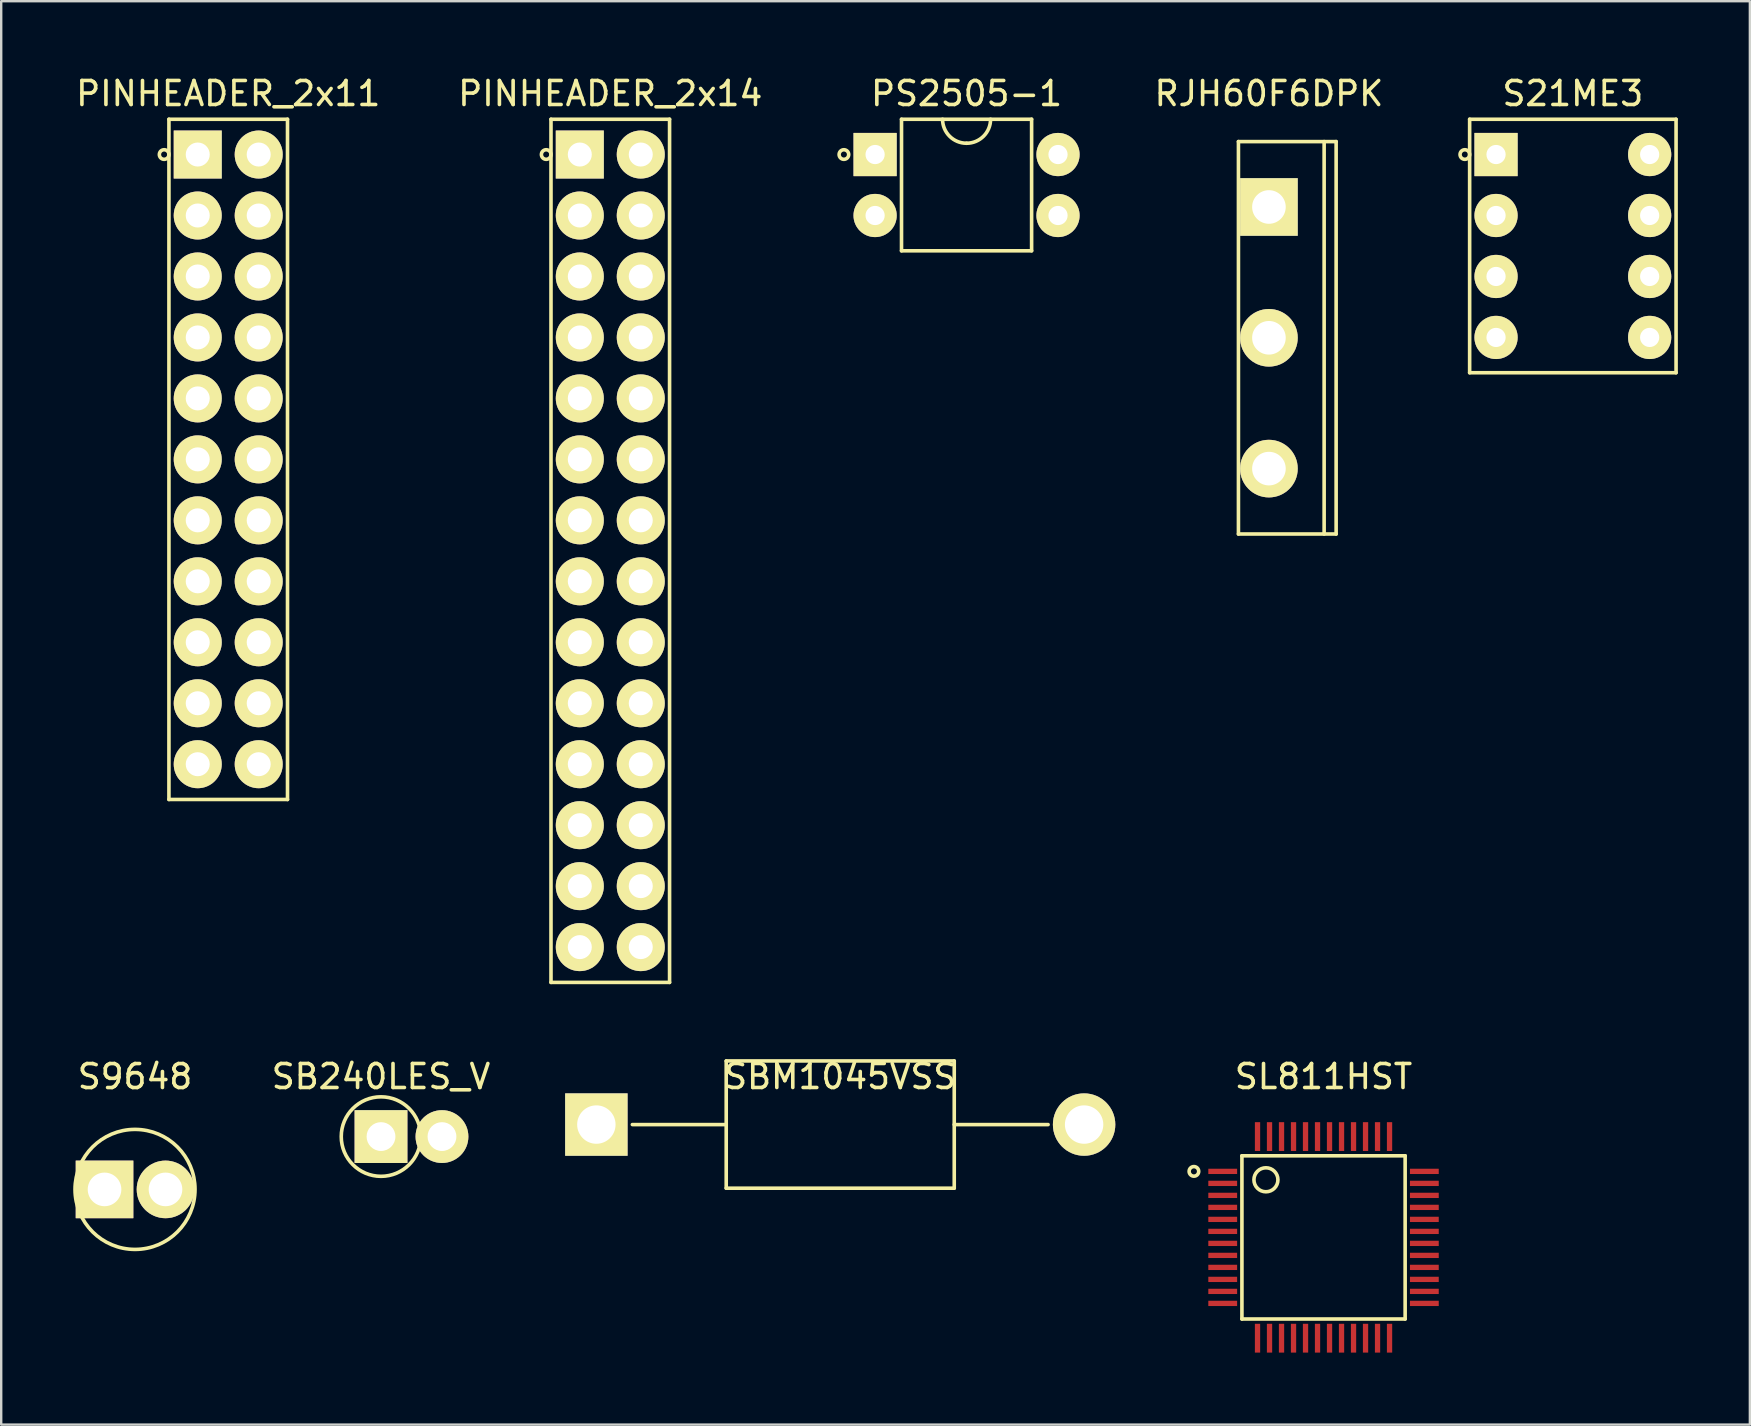
<source format=kicad_pcb>
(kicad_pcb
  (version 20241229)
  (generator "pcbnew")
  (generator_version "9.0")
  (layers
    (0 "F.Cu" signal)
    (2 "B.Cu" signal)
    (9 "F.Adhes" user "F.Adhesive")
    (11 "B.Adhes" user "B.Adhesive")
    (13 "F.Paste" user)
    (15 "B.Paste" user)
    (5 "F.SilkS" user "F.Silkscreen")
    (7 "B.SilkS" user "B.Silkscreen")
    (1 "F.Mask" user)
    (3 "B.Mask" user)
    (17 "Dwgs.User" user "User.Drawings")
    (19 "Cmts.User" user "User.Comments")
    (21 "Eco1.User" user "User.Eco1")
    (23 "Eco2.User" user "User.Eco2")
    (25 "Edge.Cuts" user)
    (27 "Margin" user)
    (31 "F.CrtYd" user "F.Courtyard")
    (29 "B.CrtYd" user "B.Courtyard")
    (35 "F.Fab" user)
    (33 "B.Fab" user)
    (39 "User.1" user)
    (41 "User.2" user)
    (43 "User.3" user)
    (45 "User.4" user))
  (footprint "SL811HST"
    (layer "F.Cu")
    (at 47.89 44.301)
    (property "Reference" "SL811HST" (at 4.2 -2.5 0) (layer "F.SilkS") (effects (font (size 1 1) (thickness 0.15))))
    (attr through_hole)
    (fp_line (start 0.8 0.8) (end 0.8 7.6) (stroke (width 0.15) (type solid)) (layer "F.SilkS"))
    (fp_line (start 0.8 0.8) (end 7.6 0.8) (stroke (width 0.15) (type solid)) (layer "F.SilkS"))
    (fp_line (start 0.8 7.6) (end 7.6 7.6) (stroke (width 0.15) (type solid)) (layer "F.SilkS"))
    (fp_line (start 7.6 7.6) (end 7.6 0.8) (stroke (width 0.15) (type solid)) (layer "F.SilkS"))
    (fp_circle (center -1.2 1.45) (end -1.2 1.25) (stroke (width 0.15) (type solid)) (fill no) (layer "F.SilkS"))
    (fp_circle (center 1.8 1.8) (end 1.8 1.3) (stroke (width 0.15) (type solid)) (fill no) (layer "F.SilkS"))
    (pad "1" smd rect (at 0 1.45) (size 1.2 0.22) (layers "F.Cu" "F.Mask" "F.Paste"))
    (pad "2" smd rect (at 0 1.95) (size 1.2 0.22) (layers "F.Cu" "F.Mask" "F.Paste"))
    (pad "3" smd rect (at 0 2.45) (size 1.2 0.22) (layers "F.Cu" "F.Mask" "F.Paste"))
    (pad "4" smd rect (at 0 2.95) (size 1.2 0.22) (layers "F.Cu" "F.Mask" "F.Paste"))
    (pad "5" smd rect (at 0 3.45) (size 1.2 0.22) (layers "F.Cu" "F.Mask" "F.Paste"))
    (pad "6" smd rect (at 0 3.95) (size 1.2 0.22) (layers "F.Cu" "F.Mask" "F.Paste"))
    (pad "7" smd rect (at 0 4.45) (size 1.2 0.22) (layers "F.Cu" "F.Mask" "F.Paste"))
    (pad "8" smd rect (at 0 4.95) (size 1.2 0.22) (layers "F.Cu" "F.Mask" "F.Paste"))
    (pad "9" smd rect (at 0 5.45) (size 1.2 0.22) (layers "F.Cu" "F.Mask" "F.Paste"))
    (pad "10" smd rect (at 0 5.95) (size 1.2 0.22) (layers "F.Cu" "F.Mask" "F.Paste"))
    (pad "11" smd rect (at 0 6.45) (size 1.2 0.22) (layers "F.Cu" "F.Mask" "F.Paste"))
    (pad "12" smd rect (at 0 6.95) (size 1.2 0.22) (layers "F.Cu" "F.Mask" "F.Paste"))
    (pad "13" smd rect (at 1.45 8.4) (size 0.22 1.2) (layers "F.Cu" "F.Mask" "F.Paste"))
    (pad "14" smd rect (at 1.95 8.4) (size 0.22 1.2) (layers "F.Cu" "F.Mask" "F.Paste"))
    (pad "15" smd rect (at 2.45 8.4) (size 0.22 1.2) (layers "F.Cu" "F.Mask" "F.Paste"))
    (pad "16" smd rect (at 2.95 8.4) (size 0.22 1.2) (layers "F.Cu" "F.Mask" "F.Paste"))
    (pad "17" smd rect (at 3.45 8.4) (size 0.22 1.2) (layers "F.Cu" "F.Mask" "F.Paste"))
    (pad "18" smd rect (at 3.95 8.4) (size 0.22 1.2) (layers "F.Cu" "F.Mask" "F.Paste"))
    (pad "19" smd rect (at 4.45 8.4) (size 0.22 1.2) (layers "F.Cu" "F.Mask" "F.Paste"))
    (pad "20" smd rect (at 4.95 8.4) (size 0.22 1.2) (layers "F.Cu" "F.Mask" "F.Paste"))
    (pad "21" smd rect (at 5.45 8.4) (size 0.22 1.2) (layers "F.Cu" "F.Mask" "F.Paste"))
    (pad "22" smd rect (at 5.95 8.4) (size 0.22 1.2) (layers "F.Cu" "F.Mask" "F.Paste"))
    (pad "23" smd rect (at 6.45 8.4) (size 0.22 1.2) (layers "F.Cu" "F.Mask" "F.Paste"))
    (pad "24" smd rect (at 6.95 8.4) (size 0.22 1.2) (layers "F.Cu" "F.Mask" "F.Paste"))
    (pad "25" smd rect (at 8.4 6.95) (size 1.2 0.22) (layers "F.Cu" "F.Mask" "F.Paste"))
    (pad "26" smd rect (at 8.4 6.45) (size 1.2 0.22) (layers "F.Cu" "F.Mask" "F.Paste"))
    (pad "27" smd rect (at 8.4 5.95) (size 1.2 0.22) (layers "F.Cu" "F.Mask" "F.Paste"))
    (pad "28" smd rect (at 8.4 5.45) (size 1.2 0.22) (layers "F.Cu" "F.Mask" "F.Paste"))
    (pad "29" smd rect (at 8.4 4.95) (size 1.2 0.22) (layers "F.Cu" "F.Mask" "F.Paste"))
    (pad "30" smd rect (at 8.4 4.45) (size 1.2 0.22) (layers "F.Cu" "F.Mask" "F.Paste"))
    (pad "31" smd rect (at 8.4 3.95) (size 1.2 0.22) (layers "F.Cu" "F.Mask" "F.Paste"))
    (pad "32" smd rect (at 8.4 3.45) (size 1.2 0.22) (layers "F.Cu" "F.Mask" "F.Paste"))
    (pad "33" smd rect (at 8.4 2.95) (size 1.2 0.22) (layers "F.Cu" "F.Mask" "F.Paste"))
    (pad "34" smd rect (at 8.4 2.45) (size 1.2 0.22) (layers "F.Cu" "F.Mask" "F.Paste"))
    (pad "35" smd rect (at 8.4 1.95) (size 1.2 0.22) (layers "F.Cu" "F.Mask" "F.Paste"))
    (pad "36" smd rect (at 8.4 1.45) (size 1.2 0.22) (layers "F.Cu" "F.Mask" "F.Paste"))
    (pad "37" smd rect (at 6.95 0) (size 0.22 1.2) (layers "F.Cu" "F.Mask" "F.Paste"))
    (pad "38" smd rect (at 6.45 0) (size 0.22 1.2) (layers "F.Cu" "F.Mask" "F.Paste"))
    (pad "39" smd rect (at 5.95 0) (size 0.22 1.2) (layers "F.Cu" "F.Mask" "F.Paste"))
    (pad "40" smd rect (at 5.45 0) (size 0.22 1.2) (layers "F.Cu" "F.Mask" "F.Paste"))
    (pad "41" smd rect (at 4.95 0) (size 0.22 1.2) (layers "F.Cu" "F.Mask" "F.Paste"))
    (pad "42" smd rect (at 4.45 0) (size 0.22 1.2) (layers "F.Cu" "F.Mask" "F.Paste"))
    (pad "43" smd rect (at 3.95 0) (size 0.22 1.2) (layers "F.Cu" "F.Mask" "F.Paste"))
    (pad "44" smd rect (at 3.45 0) (size 0.22 1.2) (layers "F.Cu" "F.Mask" "F.Paste"))
    (pad "45" smd rect (at 2.95 0) (size 0.22 1.2) (layers "F.Cu" "F.Mask" "F.Paste"))
    (pad "46" smd rect (at 2.45 0) (size 0.22 1.2) (layers "F.Cu" "F.Mask" "F.Paste"))
    (pad "47" smd rect (at 1.95 0) (size 0.22 1.2) (layers "F.Cu" "F.Mask" "F.Paste"))
    (pad "48" smd rect (at 1.45 0) (size 0.22 1.2) (layers "F.Cu" "F.Mask" "F.Paste")))
  (footprint "PINHEADER_2x14"
    (layer "F.Cu")
    (at 21.105 3.388)
    (property "Reference" "PINHEADER_2x14" (at 1.27 -2.54 0) (layer "F.SilkS") (effects (font (size 1 1) (thickness 0.15))))
    (attr through_hole)
    (fp_line (start -1.2 -1.47) (end 3.74 -1.47) (stroke (width 0.15) (type solid)) (layer "F.SilkS"))
    (fp_line (start -1.2 34.49) (end -1.2 -1.47) (stroke (width 0.15) (type solid)) (layer "F.SilkS"))
    (fp_line (start 3.74 -1.47) (end 3.74 34.49) (stroke (width 0.15) (type solid)) (layer "F.SilkS"))
    (fp_line (start 3.74 34.49) (end -1.2 34.49) (stroke (width 0.15) (type solid)) (layer "F.SilkS"))
    (fp_circle (center -1.4 0) (end -1.4 0.2) (stroke (width 0.15) (type solid)) (fill no) (layer "F.SilkS"))
    (pad "1" thru_hole rect (at 0 0) (size 2 2) (drill 1) (layers "*.Cu" "*.Mask" "F.SilkS"))
    (pad "2" thru_hole circle (at 0 2.54) (size 2 2) (drill 1) (layers "*.Cu" "*.Mask" "F.SilkS"))
    (pad "3" thru_hole circle (at 0 5.08) (size 2 2) (drill 1) (layers "*.Cu" "*.Mask" "F.SilkS"))
    (pad "4" thru_hole circle (at 0 7.62) (size 2 2) (drill 1) (layers "*.Cu" "*.Mask" "F.SilkS"))
    (pad "5" thru_hole circle (at 0 10.16) (size 2 2) (drill 1) (layers "*.Cu" "*.Mask" "F.SilkS"))
    (pad "6" thru_hole circle (at 0 12.7) (size 2 2) (drill 1) (layers "*.Cu" "*.Mask" "F.SilkS"))
    (pad "7" thru_hole circle (at 0 15.24) (size 2 2) (drill 1) (layers "*.Cu" "*.Mask" "F.SilkS"))
    (pad "8" thru_hole circle (at 0 17.78) (size 2 2) (drill 1) (layers "*.Cu" "*.Mask" "F.SilkS"))
    (pad "9" thru_hole circle (at 0 20.32) (size 2 2) (drill 1) (layers "*.Cu" "*.Mask" "F.SilkS"))
    (pad "10" thru_hole circle (at 0 22.86) (size 2 2) (drill 1) (layers "*.Cu" "*.Mask" "F.SilkS"))
    (pad "11" thru_hole circle (at 0 25.4) (size 2 2) (drill 1) (layers "*.Cu" "*.Mask" "F.SilkS"))
    (pad "12" thru_hole circle (at 0 27.94) (size 2 2) (drill 1) (layers "*.Cu" "*.Mask" "F.SilkS"))
    (pad "13" thru_hole circle (at 0 30.48) (size 2 2) (drill 1) (layers "*.Cu" "*.Mask" "F.SilkS"))
    (pad "14" thru_hole circle (at 0 33.02) (size 2 2) (drill 1) (layers "*.Cu" "*.Mask" "F.SilkS"))
    (pad "15" thru_hole circle (at 2.54 33.02) (size 2 2) (drill 1) (layers "*.Cu" "*.Mask" "F.SilkS"))
    (pad "16" thru_hole circle (at 2.54 30.48) (size 2 2) (drill 1) (layers "*.Cu" "*.Mask" "F.SilkS"))
    (pad "17" thru_hole circle (at 2.54 27.94) (size 2 2) (drill 1) (layers "*.Cu" "*.Mask" "F.SilkS"))
    (pad "18" thru_hole circle (at 2.54 25.4) (size 2 2) (drill 1) (layers "*.Cu" "*.Mask" "F.SilkS"))
    (pad "19" thru_hole circle (at 2.54 22.86) (size 2 2) (drill 1) (layers "*.Cu" "*.Mask" "F.SilkS"))
    (pad "20" thru_hole circle (at 2.54 20.32) (size 2 2) (drill 1) (layers "*.Cu" "*.Mask" "F.SilkS"))
    (pad "21" thru_hole circle (at 2.54 17.78) (size 2 2) (drill 1) (layers "*.Cu" "*.Mask" "F.SilkS"))
    (pad "22" thru_hole circle (at 2.54 15.24) (size 2 2) (drill 1) (layers "*.Cu" "*.Mask" "F.SilkS"))
    (pad "23" thru_hole circle (at 2.54 12.7) (size 2 2) (drill 1) (layers "*.Cu" "*.Mask" "F.SilkS"))
    (pad "24" thru_hole circle (at 2.54 10.16) (size 2 2) (drill 1) (layers "*.Cu" "*.Mask" "F.SilkS"))
    (pad "25" thru_hole circle (at 2.54 7.62) (size 2 2) (drill 1) (layers "*.Cu" "*.Mask" "F.SilkS"))
    (pad "26" thru_hole circle (at 2.54 5.08) (size 2 2) (drill 1) (layers "*.Cu" "*.Mask" "F.SilkS"))
    (pad "27" thru_hole circle (at 2.54 2.54) (size 2 2) (drill 1) (layers "*.Cu" "*.Mask" "F.SilkS"))
    (pad "28" thru_hole circle (at 2.54 0) (size 2 2) (drill 1) (layers "*.Cu" "*.Mask" "F.SilkS")))
  (footprint "PS2505-1"
    (layer "F.Cu")
    (at 33.408 3.388)
    (property "Reference" "PS2505-1" (at 3.81 -2.54 0) (layer "F.SilkS") (effects (font (size 1 1) (thickness 0.15))))
    (attr through_hole)
    (fp_line (start 1.1 -1.47) (end 6.52 -1.47) (stroke (width 0.15) (type solid)) (layer "F.SilkS"))
    (fp_line (start 1.1 4.01) (end 1.1 -1.47) (stroke (width 0.15) (type solid)) (layer "F.SilkS"))
    (fp_line (start 6.52 -1.47) (end 6.52 4.01) (stroke (width 0.15) (type solid)) (layer "F.SilkS"))
    (fp_line (start 6.52 4.01) (end 1.1 4.01) (stroke (width 0.15) (type solid)) (layer "F.SilkS"))
    (fp_arc (start 3.81 -0.47) (mid 3.102893 -0.762893) (end 2.81 -1.47) (stroke (width 0.15) (type solid)) (layer "F.SilkS"))
    (fp_arc (start 4.81 -1.47) (mid 4.517107 -0.762893) (end 3.81 -0.47) (stroke (width 0.15) (type solid)) (layer "F.SilkS"))
    (fp_circle (center -1.3 0) (end -1.3 0.2) (stroke (width 0.15) (type solid)) (fill no) (layer "F.SilkS"))
    (pad "1" thru_hole rect (at 0 0) (size 1.8 1.8) (drill 0.8) (layers "*.Cu" "*.Mask" "F.SilkS"))
    (pad "2" thru_hole circle (at 0 2.54) (size 1.8 1.8) (drill 0.8) (layers "*.Cu" "*.Mask" "F.SilkS"))
    (pad "3" thru_hole circle (at 7.62 2.54) (size 1.8 1.8) (drill 0.8) (layers "*.Cu" "*.Mask" "F.SilkS"))
    (pad "4" thru_hole circle (at 7.62 0) (size 1.8 1.8) (drill 0.8) (layers "*.Cu" "*.Mask" "F.SilkS")))
  (footprint "S21ME3"
    (layer "F.Cu")
    (at 59.277 3.388)
    (property "Reference" "S21ME3" (at 3.2 -2.54 0) (layer "F.SilkS") (effects (font (size 1 1) (thickness 0.15))))
    (attr through_hole)
    (fp_line (start -1.1 -1.47) (end 7.5 -1.47) (stroke (width 0.15) (type solid)) (layer "F.SilkS"))
    (fp_line (start -1.1 9.09) (end -1.1 -1.47) (stroke (width 0.15) (type solid)) (layer "F.SilkS"))
    (fp_line (start 7.5 -1.47) (end 7.5 9.09) (stroke (width 0.15) (type solid)) (layer "F.SilkS"))
    (fp_line (start 7.5 9.09) (end -1.1 9.09) (stroke (width 0.15) (type solid)) (layer "F.SilkS"))
    (fp_circle (center -1.3 0) (end -1.3 0.2) (stroke (width 0.15) (type solid)) (fill no) (layer "F.SilkS"))
    (pad "1" thru_hole rect (at 0 0) (size 1.8 1.8) (drill 0.8) (layers "*.Cu" "*.Mask" "F.SilkS"))
    (pad "2" thru_hole circle (at 0 2.54) (size 1.8 1.8) (drill 0.8) (layers "*.Cu" "*.Mask" "F.SilkS"))
    (pad "3" thru_hole circle (at 0 5.08) (size 1.8 1.8) (drill 0.8) (layers "*.Cu" "*.Mask" "F.SilkS"))
    (pad "4" thru_hole circle (at 0 7.62) (size 1.8 1.8) (drill 0.8) (layers "*.Cu" "*.Mask" "F.SilkS"))
    (pad "5" thru_hole circle (at 6.4 7.62) (size 1.8 1.8) (drill 0.8) (layers "*.Cu" "*.Mask" "F.SilkS"))
    (pad "6" thru_hole circle (at 6.4 5.08) (size 1.8 1.8) (drill 0.8) (layers "*.Cu" "*.Mask" "F.SilkS"))
    (pad "7" thru_hole circle (at 6.4 2.54) (size 1.8 1.8) (drill 0.8) (layers "*.Cu" "*.Mask" "F.SilkS"))
    (pad "8" thru_hole circle (at 6.4 0) (size 1.8 1.8) (drill 0.8) (layers "*.Cu" "*.Mask" "F.SilkS")))
  (footprint "SBM1045VSS"
    (layer "F.Cu")
    (at 21.795 43.801)
    (property "Reference" "SBM1045VSS" (at 10.16 -2 0) (layer "F.SilkS") (effects (font (size 1 1) (thickness 0.15))))
    (attr through_hole)
    (fp_line (start 1.5 0) (end 5.41 0) (stroke (width 0.15) (type solid)) (layer "F.SilkS"))
    (fp_line (start 5.41 -2.65) (end 5.41 2.65) (stroke (width 0.15) (type solid)) (layer "F.SilkS"))
    (fp_line (start 5.41 -2.65) (end 14.91 -2.65) (stroke (width 0.15) (type solid)) (layer "F.SilkS"))
    (fp_line (start 5.41 2.65) (end 14.91 2.65) (stroke (width 0.15) (type solid)) (layer "F.SilkS"))
    (fp_line (start 14.91 0) (end 18.82 0) (stroke (width 0.15) (type solid)) (layer "F.SilkS"))
    (fp_line (start 14.91 2.65) (end 14.91 -2.65) (stroke (width 0.15) (type solid)) (layer "F.SilkS"))
    (pad "1" thru_hole rect (at 0 0) (size 2.6 2.6) (drill 1.6) (layers "*.Cu" "*.Mask" "F.SilkS"))
    (pad "2" thru_hole circle (at 20.32 0) (size 2.6 2.6) (drill 1.6) (layers "*.Cu" "*.Mask" "F.SilkS")))
  (footprint "S9648"
    (layer "F.Cu")
    (at 1.305 46.502)
    (property "Reference" "S9648" (at 1.27 -4.7 0) (layer "F.SilkS") (effects (font (size 1 1) (thickness 0.15))))
    (attr through_hole)
    (fp_circle (center 1.27 0) (end 1.27 -2.5) (stroke (width 0.15) (type solid)) (fill no) (layer "F.SilkS"))
    (pad "1" thru_hole rect (at 0 0) (size 2.4 2.4) (drill 1.4) (layers "*.Cu" "*.Mask" "F.SilkS"))
    (pad "2" thru_hole circle (at 2.54 0) (size 2.4 2.4) (drill 1.4) (layers "*.Cu" "*.Mask" "F.SilkS")))
  (footprint "RJH60F6DPK"
    (layer "F.Cu")
    (at 49.815 5.573)
    (property "Reference" "RJH60F6DPK" (at 0 -4.725 0) (layer "F.SilkS") (effects (font (size 1 1) (thickness 0.15))))
    (attr through_hole)
    (fp_line (start -1.27 -2.725) (end -1.27 13.625) (stroke (width 0.15) (type solid)) (layer "F.SilkS"))
    (fp_line (start -1.27 -2.725) (end 2.8 -2.725) (stroke (width 0.15) (type solid)) (layer "F.SilkS"))
    (fp_line (start -1.27 13.625) (end 2.8 13.625) (stroke (width 0.15) (type solid)) (layer "F.SilkS"))
    (fp_line (start 2.3 -2.725) (end 2.3 13.625) (stroke (width 0.15) (type solid)) (layer "F.SilkS"))
    (fp_line (start 2.8 -2.725) (end 2.8 13.625) (stroke (width 0.15) (type solid)) (layer "F.SilkS"))
    (pad "1" thru_hole rect (at 0 0) (size 2.4 2.4) (drill 1.4) (layers "*.Cu" "*.Mask" "F.SilkS"))
    (pad "2" thru_hole circle (at 0 5.45) (size 2.4 2.4) (drill 1.4) (layers "*.Cu" "*.Mask" "F.SilkS"))
    (pad "3" thru_hole circle (at 0 10.9) (size 2.4 2.4) (drill 1.4) (layers "*.Cu" "*.Mask" "F.SilkS")))
  (footprint "SB240LES_V"
    (layer "F.Cu")
    (at 12.823 44.301)
    (property "Reference" "SB240LES_V" (at 0 -2.5 0) (layer "F.SilkS") (effects (font (size 1 1) (thickness 0.15))))
    (attr through_hole)
    (fp_circle (center 0 0) (end 0 -1.656) (stroke (width 0.15) (type solid)) (fill no) (layer "F.SilkS"))
    (pad "1" thru_hole rect (at 0 0) (size 2.2 2.2) (drill 1.2) (layers "*.Cu" "*.Mask" "F.SilkS"))
    (pad "2" thru_hole circle (at 2.54 0) (size 2.2 2.2) (drill 1.2) (layers "*.Cu" "*.Mask" "F.SilkS")))
  (footprint "PINHEADER_2x11"
    (layer "F.Cu")
    (at 5.188 3.388)
    (property "Reference" "PINHEADER_2x11" (at 1.27 -2.54 0) (layer "F.SilkS") (effects (font (size 1 1) (thickness 0.15))))
    (attr through_hole)
    (fp_line (start -1.2 -1.47) (end 3.74 -1.47) (stroke (width 0.15) (type solid)) (layer "F.SilkS"))
    (fp_line (start -1.2 26.87) (end -1.2 -1.47) (stroke (width 0.15) (type solid)) (layer "F.SilkS"))
    (fp_line (start 3.74 -1.47) (end 3.74 26.87) (stroke (width 0.15) (type solid)) (layer "F.SilkS"))
    (fp_line (start 3.74 26.87) (end -1.2 26.87) (stroke (width 0.15) (type solid)) (layer "F.SilkS"))
    (fp_circle (center -1.4 0) (end -1.4 0.2) (stroke (width 0.15) (type solid)) (fill no) (layer "F.SilkS"))
    (pad "1" thru_hole rect (at 0 0) (size 2 2) (drill 1) (layers "*.Cu" "*.Mask" "F.SilkS"))
    (pad "2" thru_hole circle (at 0 2.54) (size 2 2) (drill 1) (layers "*.Cu" "*.Mask" "F.SilkS"))
    (pad "3" thru_hole circle (at 0 5.08) (size 2 2) (drill 1) (layers "*.Cu" "*.Mask" "F.SilkS"))
    (pad "4" thru_hole circle (at 0 7.62) (size 2 2) (drill 1) (layers "*.Cu" "*.Mask" "F.SilkS"))
    (pad "5" thru_hole circle (at 0 10.16) (size 2 2) (drill 1) (layers "*.Cu" "*.Mask" "F.SilkS"))
    (pad "6" thru_hole circle (at 0 12.7) (size 2 2) (drill 1) (layers "*.Cu" "*.Mask" "F.SilkS"))
    (pad "7" thru_hole circle (at 0 15.24) (size 2 2) (drill 1) (layers "*.Cu" "*.Mask" "F.SilkS"))
    (pad "8" thru_hole circle (at 0 17.78) (size 2 2) (drill 1) (layers "*.Cu" "*.Mask" "F.SilkS"))
    (pad "9" thru_hole circle (at 0 20.32) (size 2 2) (drill 1) (layers "*.Cu" "*.Mask" "F.SilkS"))
    (pad "10" thru_hole circle (at 0 22.86) (size 2 2) (drill 1) (layers "*.Cu" "*.Mask" "F.SilkS"))
    (pad "11" thru_hole circle (at 0 25.4) (size 2 2) (drill 1) (layers "*.Cu" "*.Mask" "F.SilkS"))
    (pad "12" thru_hole circle (at 2.54 25.4) (size 2 2) (drill 1) (layers "*.Cu" "*.Mask" "F.SilkS"))
    (pad "13" thru_hole circle (at 2.54 22.86) (size 2 2) (drill 1) (layers "*.Cu" "*.Mask" "F.SilkS"))
    (pad "14" thru_hole circle (at 2.54 20.32) (size 2 2) (drill 1) (layers "*.Cu" "*.Mask" "F.SilkS"))
    (pad "15" thru_hole circle (at 2.54 17.78) (size 2 2) (drill 1) (layers "*.Cu" "*.Mask" "F.SilkS"))
    (pad "16" thru_hole circle (at 2.54 15.24) (size 2 2) (drill 1) (layers "*.Cu" "*.Mask" "F.SilkS"))
    (pad "17" thru_hole circle (at 2.54 12.7) (size 2 2) (drill 1) (layers "*.Cu" "*.Mask" "F.SilkS"))
    (pad "18" thru_hole circle (at 2.54 10.16) (size 2 2) (drill 1) (layers "*.Cu" "*.Mask" "F.SilkS"))
    (pad "19" thru_hole circle (at 2.54 7.62) (size 2 2) (drill 1) (layers "*.Cu" "*.Mask" "F.SilkS"))
    (pad "20" thru_hole circle (at 2.54 5.08) (size 2 2) (drill 1) (layers "*.Cu" "*.Mask" "F.SilkS"))
    (pad "21" thru_hole circle (at 2.54 2.54) (size 2 2) (drill 1) (layers "*.Cu" "*.Mask" "F.SilkS"))
    (pad "22" thru_hole circle (at 2.54 0) (size 2 2) (drill 1) (layers "*.Cu" "*.Mask" "F.SilkS")))
  (gr_rect
    (start -3 -3)
    (end 69.852 56.301)
    (stroke (width 0.1) (type default))
    (fill no)
    (layer "Edge.Cuts")))
</source>
